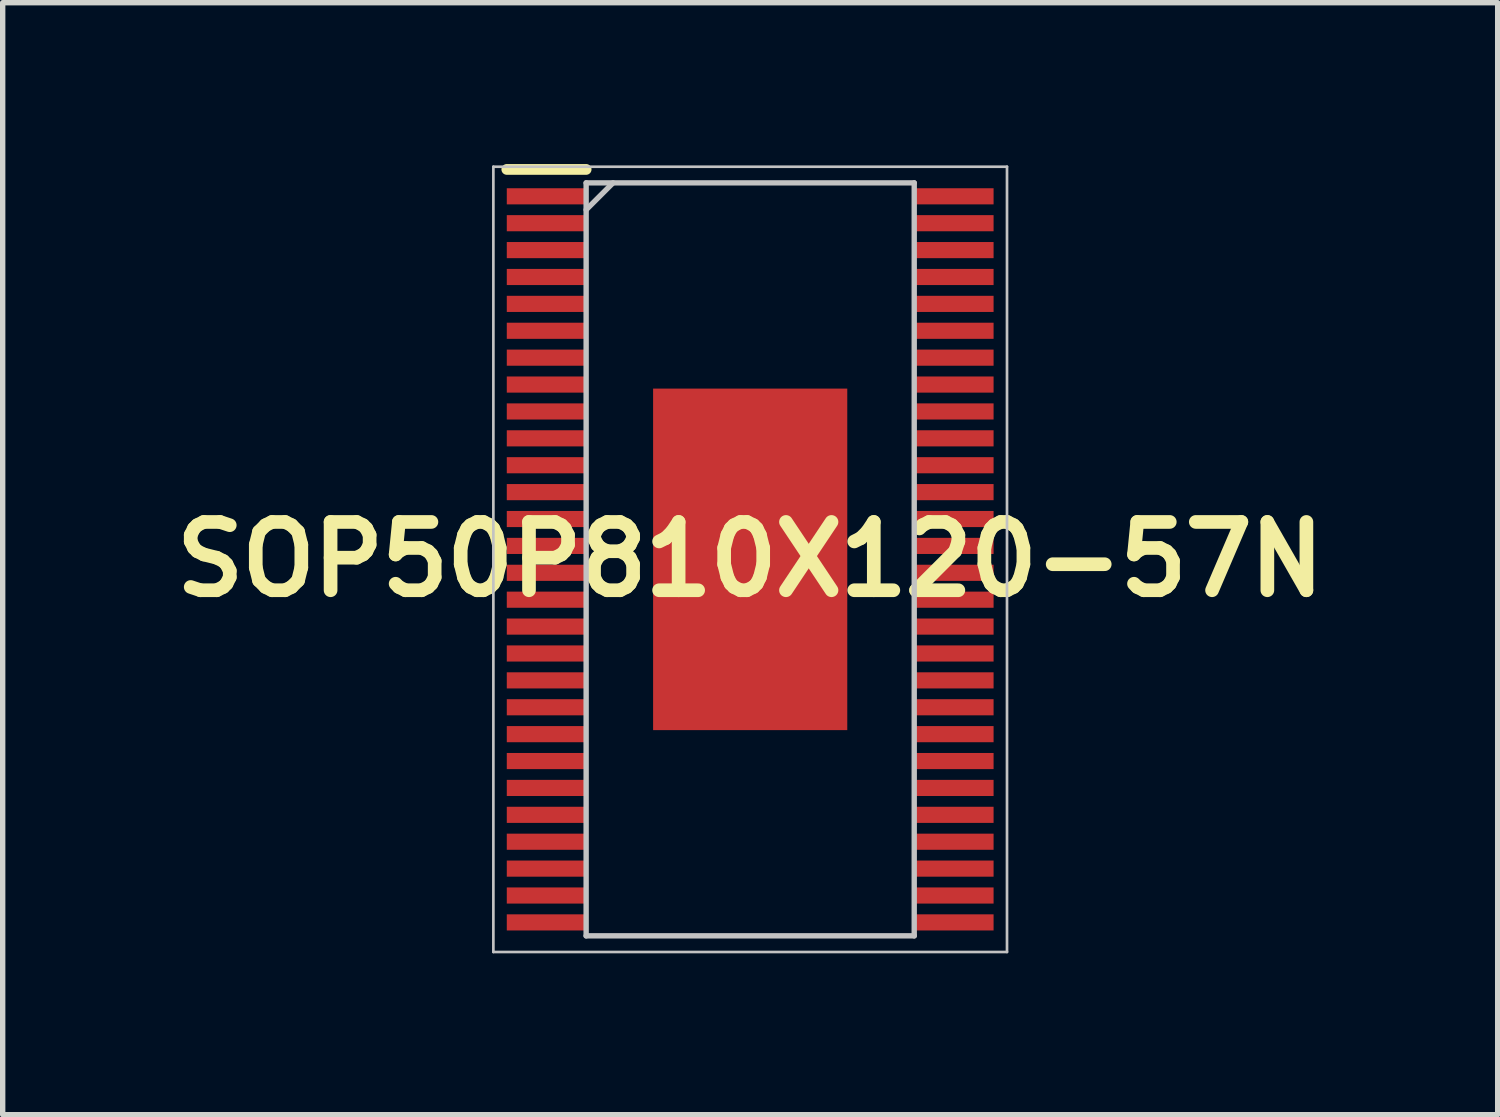
<source format=kicad_pcb>
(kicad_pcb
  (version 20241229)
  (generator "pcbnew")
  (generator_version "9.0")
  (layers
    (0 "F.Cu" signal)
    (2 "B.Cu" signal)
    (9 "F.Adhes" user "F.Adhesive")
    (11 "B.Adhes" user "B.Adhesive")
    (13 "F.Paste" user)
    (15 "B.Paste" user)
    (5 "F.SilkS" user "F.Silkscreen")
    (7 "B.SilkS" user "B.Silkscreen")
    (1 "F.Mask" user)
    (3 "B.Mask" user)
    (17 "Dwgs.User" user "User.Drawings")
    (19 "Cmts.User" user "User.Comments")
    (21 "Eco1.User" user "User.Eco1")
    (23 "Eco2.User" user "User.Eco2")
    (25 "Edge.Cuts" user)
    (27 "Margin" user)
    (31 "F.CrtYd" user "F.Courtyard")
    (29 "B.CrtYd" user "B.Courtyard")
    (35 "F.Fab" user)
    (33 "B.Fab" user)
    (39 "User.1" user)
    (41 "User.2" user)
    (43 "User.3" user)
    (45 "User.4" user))
  (footprint "SOP50P810X120-57N"
    (layer "F.Cu")
    (at 10.898 7.35)
    (property "Reference" "SOP50P810X120-57N" (at 0 0 0) (layer "F.SilkS") (effects (font (size 1.27 1.27) (thickness 0.254))))
    (attr smd)
    (fp_line (start -4.525 -7.25) (end -3.05 -7.25) (stroke (width 0.2) (type solid)) (layer "F.SilkS"))
    (fp_line (start -4.775 -7.3) (end 4.775 -7.3) (stroke (width 0.05) (type solid)) (layer "Dwgs.User"))
    (fp_line (start -4.775 7.3) (end -4.775 -7.3) (stroke (width 0.05) (type solid)) (layer "Dwgs.User"))
    (fp_line (start -3.05 -7) (end 3.05 -7) (stroke (width 0.1) (type solid)) (layer "Dwgs.User"))
    (fp_line (start -3.05 -6.5) (end -2.55 -7) (stroke (width 0.1) (type solid)) (layer "Dwgs.User"))
    (fp_line (start -3.05 7) (end -3.05 -7) (stroke (width 0.1) (type solid)) (layer "Dwgs.User"))
    (fp_line (start 3.05 -7) (end 3.05 7) (stroke (width 0.1) (type solid)) (layer "Dwgs.User"))
    (fp_line (start 3.05 7) (end -3.05 7) (stroke (width 0.1) (type solid)) (layer "Dwgs.User"))
    (fp_line (start 4.775 -7.3) (end 4.775 7.3) (stroke (width 0.05) (type solid)) (layer "Dwgs.User"))
    (fp_line (start 4.775 7.3) (end -4.775 7.3) (stroke (width 0.05) (type solid)) (layer "Dwgs.User"))
    (pad "1" smd rect (at -3.788 -6.75 90) (size 0.3 1.475) (layers "F.Cu" "F.Mask" "F.Paste"))
    (pad "2" smd rect (at -3.788 -6.25 90) (size 0.3 1.475) (layers "F.Cu" "F.Mask" "F.Paste"))
    (pad "3" smd rect (at -3.788 -5.75 90) (size 0.3 1.475) (layers "F.Cu" "F.Mask" "F.Paste"))
    (pad "4" smd rect (at -3.788 -5.25 90) (size 0.3 1.475) (layers "F.Cu" "F.Mask" "F.Paste"))
    (pad "5" smd rect (at -3.788 -4.75 90) (size 0.3 1.475) (layers "F.Cu" "F.Mask" "F.Paste"))
    (pad "6" smd rect (at -3.788 -4.25 90) (size 0.3 1.475) (layers "F.Cu" "F.Mask" "F.Paste"))
    (pad "7" smd rect (at -3.788 -3.75 90) (size 0.3 1.475) (layers "F.Cu" "F.Mask" "F.Paste"))
    (pad "8" smd rect (at -3.788 -3.25 90) (size 0.3 1.475) (layers "F.Cu" "F.Mask" "F.Paste"))
    (pad "9" smd rect (at -3.788 -2.75 90) (size 0.3 1.475) (layers "F.Cu" "F.Mask" "F.Paste"))
    (pad "10" smd rect (at -3.788 -2.25 90) (size 0.3 1.475) (layers "F.Cu" "F.Mask" "F.Paste"))
    (pad "11" smd rect (at -3.788 -1.75 90) (size 0.3 1.475) (layers "F.Cu" "F.Mask" "F.Paste"))
    (pad "12" smd rect (at -3.788 -1.25 90) (size 0.3 1.475) (layers "F.Cu" "F.Mask" "F.Paste"))
    (pad "13" smd rect (at -3.788 -0.75 90) (size 0.3 1.475) (layers "F.Cu" "F.Mask" "F.Paste"))
    (pad "14" smd rect (at -3.788 -0.25 90) (size 0.3 1.475) (layers "F.Cu" "F.Mask" "F.Paste"))
    (pad "15" smd rect (at -3.788 0.25 90) (size 0.3 1.475) (layers "F.Cu" "F.Mask" "F.Paste"))
    (pad "16" smd rect (at -3.788 0.75 90) (size 0.3 1.475) (layers "F.Cu" "F.Mask" "F.Paste"))
    (pad "17" smd rect (at -3.788 1.25 90) (size 0.3 1.475) (layers "F.Cu" "F.Mask" "F.Paste"))
    (pad "18" smd rect (at -3.788 1.75 90) (size 0.3 1.475) (layers "F.Cu" "F.Mask" "F.Paste"))
    (pad "19" smd rect (at -3.788 2.25 90) (size 0.3 1.475) (layers "F.Cu" "F.Mask" "F.Paste"))
    (pad "20" smd rect (at -3.788 2.75 90) (size 0.3 1.475) (layers "F.Cu" "F.Mask" "F.Paste"))
    (pad "21" smd rect (at -3.788 3.25 90) (size 0.3 1.475) (layers "F.Cu" "F.Mask" "F.Paste"))
    (pad "22" smd rect (at -3.788 3.75 90) (size 0.3 1.475) (layers "F.Cu" "F.Mask" "F.Paste"))
    (pad "23" smd rect (at -3.788 4.25 90) (size 0.3 1.475) (layers "F.Cu" "F.Mask" "F.Paste"))
    (pad "24" smd rect (at -3.788 4.75 90) (size 0.3 1.475) (layers "F.Cu" "F.Mask" "F.Paste"))
    (pad "25" smd rect (at -3.788 5.25 90) (size 0.3 1.475) (layers "F.Cu" "F.Mask" "F.Paste"))
    (pad "26" smd rect (at -3.788 5.75 90) (size 0.3 1.475) (layers "F.Cu" "F.Mask" "F.Paste"))
    (pad "27" smd rect (at -3.788 6.25 90) (size 0.3 1.475) (layers "F.Cu" "F.Mask" "F.Paste"))
    (pad "28" smd rect (at -3.788 6.75 90) (size 0.3 1.475) (layers "F.Cu" "F.Mask" "F.Paste"))
    (pad "29" smd rect (at 3.788 6.75 90) (size 0.3 1.475) (layers "F.Cu" "F.Mask" "F.Paste"))
    (pad "30" smd rect (at 3.788 6.25 90) (size 0.3 1.475) (layers "F.Cu" "F.Mask" "F.Paste"))
    (pad "31" smd rect (at 3.788 5.75 90) (size 0.3 1.475) (layers "F.Cu" "F.Mask" "F.Paste"))
    (pad "32" smd rect (at 3.788 5.25 90) (size 0.3 1.475) (layers "F.Cu" "F.Mask" "F.Paste"))
    (pad "33" smd rect (at 3.788 4.75 90) (size 0.3 1.475) (layers "F.Cu" "F.Mask" "F.Paste"))
    (pad "34" smd rect (at 3.788 4.25 90) (size 0.3 1.475) (layers "F.Cu" "F.Mask" "F.Paste"))
    (pad "35" smd rect (at 3.788 3.75 90) (size 0.3 1.475) (layers "F.Cu" "F.Mask" "F.Paste"))
    (pad "36" smd rect (at 3.788 3.25 90) (size 0.3 1.475) (layers "F.Cu" "F.Mask" "F.Paste"))
    (pad "37" smd rect (at 3.788 2.75 90) (size 0.3 1.475) (layers "F.Cu" "F.Mask" "F.Paste"))
    (pad "38" smd rect (at 3.788 2.25 90) (size 0.3 1.475) (layers "F.Cu" "F.Mask" "F.Paste"))
    (pad "39" smd rect (at 3.788 1.75 90) (size 0.3 1.475) (layers "F.Cu" "F.Mask" "F.Paste"))
    (pad "40" smd rect (at 3.788 1.25 90) (size 0.3 1.475) (layers "F.Cu" "F.Mask" "F.Paste"))
    (pad "41" smd rect (at 3.788 0.75 90) (size 0.3 1.475) (layers "F.Cu" "F.Mask" "F.Paste"))
    (pad "42" smd rect (at 3.788 0.25 90) (size 0.3 1.475) (layers "F.Cu" "F.Mask" "F.Paste"))
    (pad "43" smd rect (at 3.788 -0.25 90) (size 0.3 1.475) (layers "F.Cu" "F.Mask" "F.Paste"))
    (pad "44" smd rect (at 3.788 -0.75 90) (size 0.3 1.475) (layers "F.Cu" "F.Mask" "F.Paste"))
    (pad "45" smd rect (at 3.788 -1.25 90) (size 0.3 1.475) (layers "F.Cu" "F.Mask" "F.Paste"))
    (pad "46" smd rect (at 3.788 -1.75 90) (size 0.3 1.475) (layers "F.Cu" "F.Mask" "F.Paste"))
    (pad "47" smd rect (at 3.788 -2.25 90) (size 0.3 1.475) (layers "F.Cu" "F.Mask" "F.Paste"))
    (pad "48" smd rect (at 3.788 -2.75 90) (size 0.3 1.475) (layers "F.Cu" "F.Mask" "F.Paste"))
    (pad "49" smd rect (at 3.788 -3.25 90) (size 0.3 1.475) (layers "F.Cu" "F.Mask" "F.Paste"))
    (pad "50" smd rect (at 3.788 -3.75 90) (size 0.3 1.475) (layers "F.Cu" "F.Mask" "F.Paste"))
    (pad "51" smd rect (at 3.788 -4.25 90) (size 0.3 1.475) (layers "F.Cu" "F.Mask" "F.Paste"))
    (pad "52" smd rect (at 3.788 -4.75 90) (size 0.3 1.475) (layers "F.Cu" "F.Mask" "F.Paste"))
    (pad "53" smd rect (at 3.788 -5.25 90) (size 0.3 1.475) (layers "F.Cu" "F.Mask" "F.Paste"))
    (pad "54" smd rect (at 3.788 -5.75 90) (size 0.3 1.475) (layers "F.Cu" "F.Mask" "F.Paste"))
    (pad "55" smd rect (at 3.788 -6.25 90) (size 0.3 1.475) (layers "F.Cu" "F.Mask" "F.Paste"))
    (pad "56" smd rect (at 3.788 -6.75 90) (size 0.3 1.475) (layers "F.Cu" "F.Mask" "F.Paste"))
    (pad "57" smd rect (at 0 0) (size 3.61 6.35) (layers "F.Cu" "F.Mask" "F.Paste")))
  (gr_rect
    (start -3 -3)
    (end 24.796 17.675)
    (stroke (width 0.1) (type default))
    (fill no)
    (layer "Edge.Cuts")))
</source>
